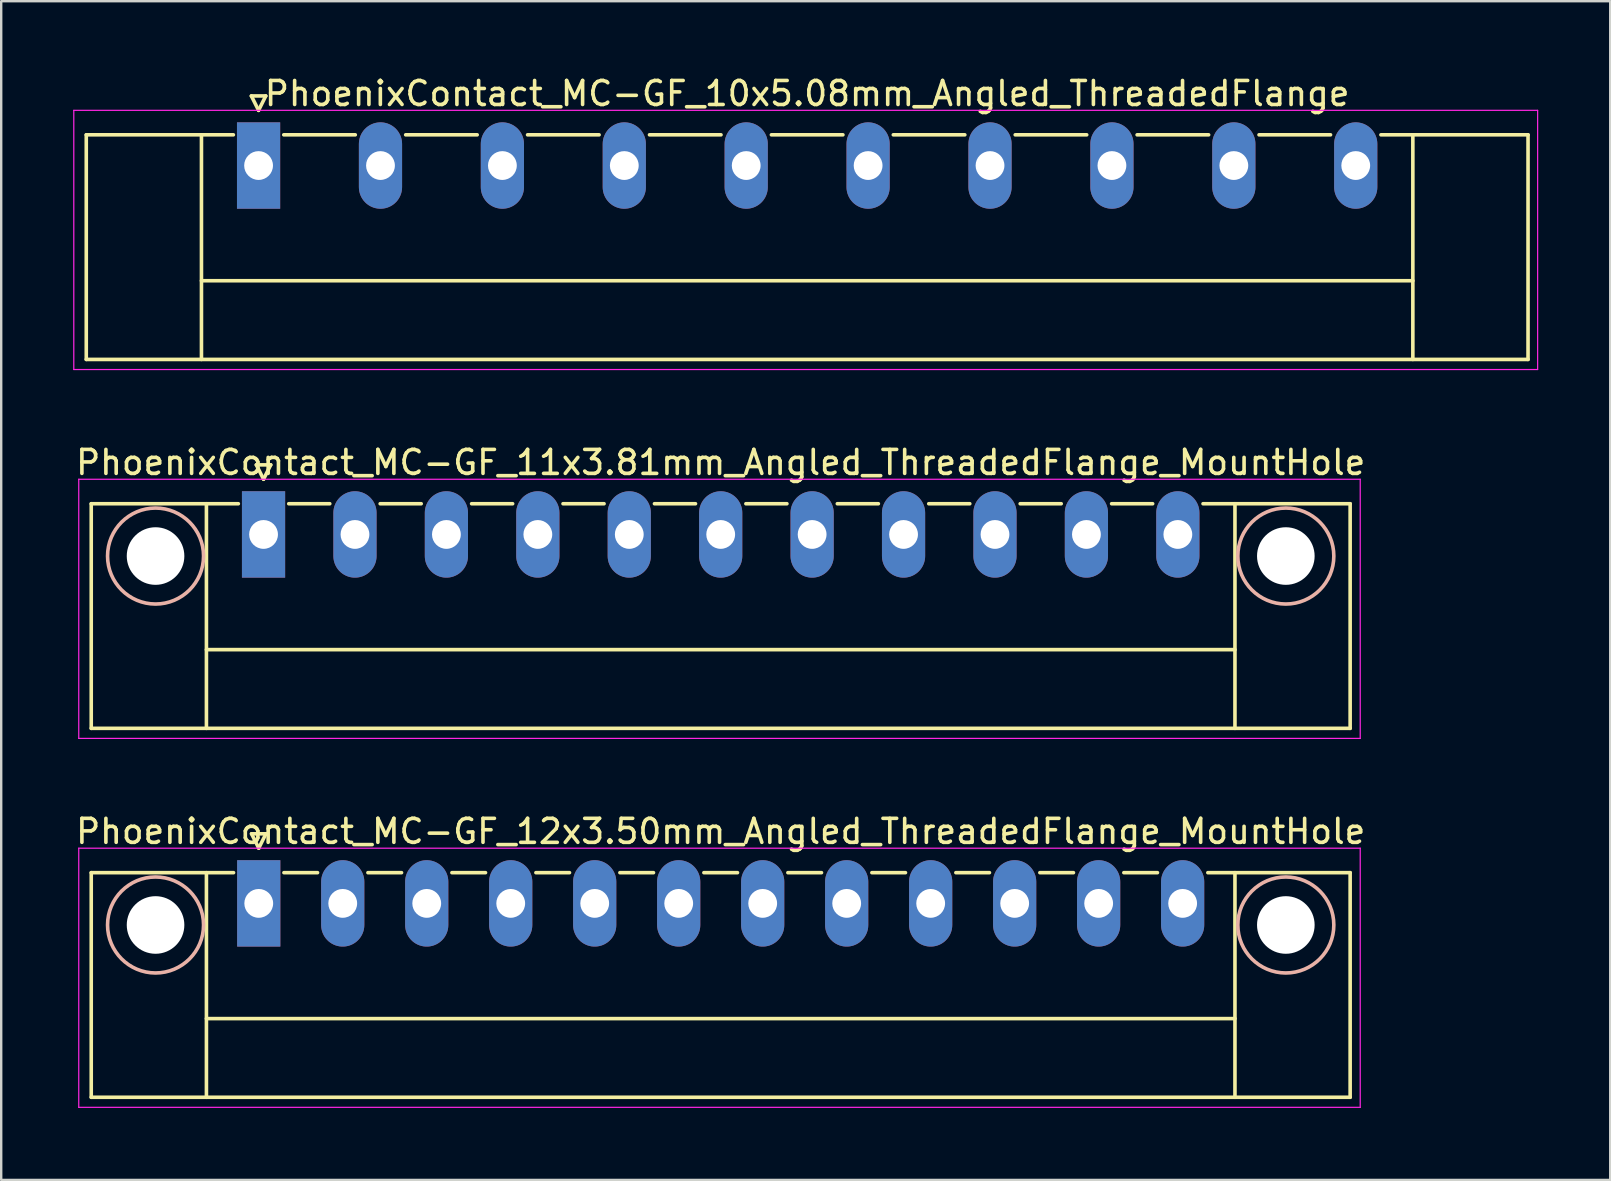
<source format=kicad_pcb>
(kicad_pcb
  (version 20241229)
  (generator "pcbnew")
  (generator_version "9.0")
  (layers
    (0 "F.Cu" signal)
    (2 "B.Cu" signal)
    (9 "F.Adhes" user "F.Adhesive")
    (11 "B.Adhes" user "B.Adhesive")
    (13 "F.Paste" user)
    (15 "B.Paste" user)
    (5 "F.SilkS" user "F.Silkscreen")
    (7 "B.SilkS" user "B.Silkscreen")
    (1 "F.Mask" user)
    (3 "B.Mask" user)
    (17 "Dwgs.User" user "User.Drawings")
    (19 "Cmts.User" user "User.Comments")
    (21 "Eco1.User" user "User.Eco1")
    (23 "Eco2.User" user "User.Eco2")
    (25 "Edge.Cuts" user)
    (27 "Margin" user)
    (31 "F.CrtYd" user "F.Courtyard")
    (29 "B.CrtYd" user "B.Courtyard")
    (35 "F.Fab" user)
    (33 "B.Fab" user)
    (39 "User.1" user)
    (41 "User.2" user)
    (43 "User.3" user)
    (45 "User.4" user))
  (footprint "PhoenixContact_MC-GF_11x3.81mm_Angled_ThreadedFlange_MountHole"
    (layer "F.Cu")
    (at 7.932 19.221)
    (property "Reference" "PhoenixContact_MC-GF_11x3.81mm_Angled_ThreadedFlange_MountHole" (at 19.05 -3 0) (layer "F.SilkS") (effects (font (size 1 1) (thickness 0.15))))
    (attr through_hole)
    (fp_line (start -7.18 -1.28) (end -7.18 8.08) (stroke (width 0.15) (type solid)) (layer "F.SilkS"))
    (fp_line (start -7.18 -1.28) (end -1.05 -1.28) (stroke (width 0.15) (type solid)) (layer "F.SilkS"))
    (fp_line (start -7.18 8.08) (end 45.28 8.08) (stroke (width 0.15) (type solid)) (layer "F.SilkS"))
    (fp_line (start -2.38 -1.28) (end -2.38 8.08) (stroke (width 0.15) (type solid)) (layer "F.SilkS"))
    (fp_line (start -2.38 4.8) (end 40.48 4.8) (stroke (width 0.15) (type solid)) (layer "F.SilkS"))
    (fp_line (start -0.3 -2.9) (end 0 -2.3) (stroke (width 0.15) (type solid)) (layer "F.SilkS"))
    (fp_line (start 0 -2.3) (end 0.3 -2.9) (stroke (width 0.15) (type solid)) (layer "F.SilkS"))
    (fp_line (start 0.3 -2.9) (end -0.3 -2.9) (stroke (width 0.15) (type solid)) (layer "F.SilkS"))
    (fp_line (start 1.05 -1.28) (end 2.76 -1.28) (stroke (width 0.15) (type solid)) (layer "F.SilkS"))
    (fp_line (start 4.86 -1.28) (end 6.57 -1.28) (stroke (width 0.15) (type solid)) (layer "F.SilkS"))
    (fp_line (start 8.67 -1.28) (end 10.38 -1.28) (stroke (width 0.15) (type solid)) (layer "F.SilkS"))
    (fp_line (start 12.48 -1.28) (end 14.19 -1.28) (stroke (width 0.15) (type solid)) (layer "F.SilkS"))
    (fp_line (start 16.29 -1.28) (end 18 -1.28) (stroke (width 0.15) (type solid)) (layer "F.SilkS"))
    (fp_line (start 20.1 -1.28) (end 21.81 -1.28) (stroke (width 0.15) (type solid)) (layer "F.SilkS"))
    (fp_line (start 23.91 -1.28) (end 25.62 -1.28) (stroke (width 0.15) (type solid)) (layer "F.SilkS"))
    (fp_line (start 27.72 -1.28) (end 29.43 -1.28) (stroke (width 0.15) (type solid)) (layer "F.SilkS"))
    (fp_line (start 31.53 -1.28) (end 33.24 -1.28) (stroke (width 0.15) (type solid)) (layer "F.SilkS"))
    (fp_line (start 35.34 -1.28) (end 37.05 -1.28) (stroke (width 0.15) (type solid)) (layer "F.SilkS"))
    (fp_line (start 40.48 -1.28) (end 40.48 8.08) (stroke (width 0.15) (type solid)) (layer "F.SilkS"))
    (fp_line (start 45.28 -1.28) (end 39.15 -1.28) (stroke (width 0.15) (type solid)) (layer "F.SilkS"))
    (fp_line (start 45.28 8.08) (end 45.28 -1.28) (stroke (width 0.15) (type solid)) (layer "F.SilkS"))
    (fp_circle (center -4.5 0.9) (end -2.5 0.9) (stroke (width 0.15) (type solid)) (fill no) (layer "B.SilkS"))
    (fp_circle (center 42.6 0.9) (end 44.6 0.9) (stroke (width 0.15) (type solid)) (fill no) (layer "B.SilkS"))
    (fp_line (start -7.7 -2.3) (end -7.7 8.5) (stroke (width 0.05) (type solid)) (layer "F.CrtYd"))
    (fp_line (start -7.7 8.5) (end 45.7 8.5) (stroke (width 0.05) (type solid)) (layer "F.CrtYd"))
    (fp_line (start 45.7 -2.3) (end -7.7 -2.3) (stroke (width 0.05) (type solid)) (layer "F.CrtYd"))
    (fp_line (start 45.7 8.5) (end 45.7 -2.3) (stroke (width 0.05) (type solid)) (layer "F.CrtYd"))
    (pad "" np_thru_hole circle (at -4.5 0.9) (size 2.4 2.4) (drill 2.4) (layers "*.Cu" "*.Mask"))
    (pad "" np_thru_hole circle (at 42.6 0.9) (size 2.4 2.4) (drill 2.4) (layers "*.Cu" "*.Mask"))
    (pad "1" thru_hole rect (at 0 0) (size 1.8 3.6) (drill 1.2) (layers "*.Cu" "*.Mask"))
    (pad "2" thru_hole oval (at 3.81 0) (size 1.8 3.6) (drill 1.2) (layers "*.Cu" "*.Mask"))
    (pad "3" thru_hole oval (at 7.62 0) (size 1.8 3.6) (drill 1.2) (layers "*.Cu" "*.Mask"))
    (pad "4" thru_hole oval (at 11.43 0) (size 1.8 3.6) (drill 1.2) (layers "*.Cu" "*.Mask"))
    (pad "5" thru_hole oval (at 15.24 0) (size 1.8 3.6) (drill 1.2) (layers "*.Cu" "*.Mask"))
    (pad "6" thru_hole oval (at 19.05 0) (size 1.8 3.6) (drill 1.2) (layers "*.Cu" "*.Mask"))
    (pad "7" thru_hole oval (at 22.86 0) (size 1.8 3.6) (drill 1.2) (layers "*.Cu" "*.Mask"))
    (pad "8" thru_hole oval (at 26.67 0) (size 1.8 3.6) (drill 1.2) (layers "*.Cu" "*.Mask"))
    (pad "9" thru_hole oval (at 30.48 0) (size 1.8 3.6) (drill 1.2) (layers "*.Cu" "*.Mask"))
    (pad "10" thru_hole oval (at 34.29 0) (size 1.8 3.6) (drill 1.2) (layers "*.Cu" "*.Mask"))
    (pad "11" thru_hole oval (at 38.1 0) (size 1.8 3.6) (drill 1.2) (layers "*.Cu" "*.Mask")))
  (footprint "PhoenixContact_MC-GF_10x5.08mm_Angled_ThreadedFlange"
    (layer "F.Cu")
    (at 7.725 3.848)
    (property "Reference" "PhoenixContact_MC-GF_10x5.08mm_Angled_ThreadedFlange" (at 22.86 -3 0) (layer "F.SilkS") (effects (font (size 1 1) (thickness 0.15))))
    (attr through_hole)
    (fp_line (start -7.18 -1.28) (end -7.18 8.08) (stroke (width 0.15) (type solid)) (layer "F.SilkS"))
    (fp_line (start -7.18 -1.28) (end -1.05 -1.28) (stroke (width 0.15) (type solid)) (layer "F.SilkS"))
    (fp_line (start -7.18 8.08) (end 52.9 8.08) (stroke (width 0.15) (type solid)) (layer "F.SilkS"))
    (fp_line (start -2.38 -1.28) (end -2.38 8.08) (stroke (width 0.15) (type solid)) (layer "F.SilkS"))
    (fp_line (start -2.38 4.8) (end 48.1 4.8) (stroke (width 0.15) (type solid)) (layer "F.SilkS"))
    (fp_line (start -0.3 -2.9) (end 0 -2.3) (stroke (width 0.15) (type solid)) (layer "F.SilkS"))
    (fp_line (start 0 -2.3) (end 0.3 -2.9) (stroke (width 0.15) (type solid)) (layer "F.SilkS"))
    (fp_line (start 0.3 -2.9) (end -0.3 -2.9) (stroke (width 0.15) (type solid)) (layer "F.SilkS"))
    (fp_line (start 1.05 -1.28) (end 4.03 -1.28) (stroke (width 0.15) (type solid)) (layer "F.SilkS"))
    (fp_line (start 6.13 -1.28) (end 9.11 -1.28) (stroke (width 0.15) (type solid)) (layer "F.SilkS"))
    (fp_line (start 11.21 -1.28) (end 14.19 -1.28) (stroke (width 0.15) (type solid)) (layer "F.SilkS"))
    (fp_line (start 16.29 -1.28) (end 19.27 -1.28) (stroke (width 0.15) (type solid)) (layer "F.SilkS"))
    (fp_line (start 21.37 -1.28) (end 24.35 -1.28) (stroke (width 0.15) (type solid)) (layer "F.SilkS"))
    (fp_line (start 26.45 -1.28) (end 29.43 -1.28) (stroke (width 0.15) (type solid)) (layer "F.SilkS"))
    (fp_line (start 31.53 -1.28) (end 34.51 -1.28) (stroke (width 0.15) (type solid)) (layer "F.SilkS"))
    (fp_line (start 36.61 -1.28) (end 39.59 -1.28) (stroke (width 0.15) (type solid)) (layer "F.SilkS"))
    (fp_line (start 41.69 -1.28) (end 44.67 -1.28) (stroke (width 0.15) (type solid)) (layer "F.SilkS"))
    (fp_line (start 48.1 -1.28) (end 48.1 8.08) (stroke (width 0.15) (type solid)) (layer "F.SilkS"))
    (fp_line (start 52.9 -1.28) (end 46.77 -1.28) (stroke (width 0.15) (type solid)) (layer "F.SilkS"))
    (fp_line (start 52.9 8.08) (end 52.9 -1.28) (stroke (width 0.15) (type solid)) (layer "F.SilkS"))
    (fp_line (start -7.7 -2.3) (end -7.7 8.5) (stroke (width 0.05) (type solid)) (layer "F.CrtYd"))
    (fp_line (start -7.7 8.5) (end 53.3 8.5) (stroke (width 0.05) (type solid)) (layer "F.CrtYd"))
    (fp_line (start 53.3 -2.3) (end -7.7 -2.3) (stroke (width 0.05) (type solid)) (layer "F.CrtYd"))
    (fp_line (start 53.3 8.5) (end 53.3 -2.3) (stroke (width 0.05) (type solid)) (layer "F.CrtYd"))
    (pad "1" thru_hole rect (at 0 0) (size 1.8 3.6) (drill 1.2) (layers "*.Cu" "*.Mask"))
    (pad "2" thru_hole oval (at 5.08 0) (size 1.8 3.6) (drill 1.2) (layers "*.Cu" "*.Mask"))
    (pad "3" thru_hole oval (at 10.16 0) (size 1.8 3.6) (drill 1.2) (layers "*.Cu" "*.Mask"))
    (pad "4" thru_hole oval (at 15.24 0) (size 1.8 3.6) (drill 1.2) (layers "*.Cu" "*.Mask"))
    (pad "5" thru_hole oval (at 20.32 0) (size 1.8 3.6) (drill 1.2) (layers "*.Cu" "*.Mask"))
    (pad "6" thru_hole oval (at 25.4 0) (size 1.8 3.6) (drill 1.2) (layers "*.Cu" "*.Mask"))
    (pad "7" thru_hole oval (at 30.48 0) (size 1.8 3.6) (drill 1.2) (layers "*.Cu" "*.Mask"))
    (pad "8" thru_hole oval (at 35.56 0) (size 1.8 3.6) (drill 1.2) (layers "*.Cu" "*.Mask"))
    (pad "9" thru_hole oval (at 40.64 0) (size 1.8 3.6) (drill 1.2) (layers "*.Cu" "*.Mask"))
    (pad "10" thru_hole oval (at 45.72 0) (size 1.8 3.6) (drill 1.2) (layers "*.Cu" "*.Mask")))
  (footprint "PhoenixContact_MC-GF_12x3.50mm_Angled_ThreadedFlange_MountHole"
    (layer "F.Cu")
    (at 7.732 34.595)
    (property "Reference" "PhoenixContact_MC-GF_12x3.50mm_Angled_ThreadedFlange_MountHole" (at 19.25 -3 0) (layer "F.SilkS") (effects (font (size 1 1) (thickness 0.15))))
    (attr through_hole)
    (fp_line (start -6.98 -1.28) (end -6.98 8.08) (stroke (width 0.15) (type solid)) (layer "F.SilkS"))
    (fp_line (start -6.98 -1.28) (end -1.05 -1.28) (stroke (width 0.15) (type solid)) (layer "F.SilkS"))
    (fp_line (start -6.98 8.08) (end 45.48 8.08) (stroke (width 0.15) (type solid)) (layer "F.SilkS"))
    (fp_line (start -2.18 -1.28) (end -2.18 8.08) (stroke (width 0.15) (type solid)) (layer "F.SilkS"))
    (fp_line (start -2.18 4.8) (end 40.68 4.8) (stroke (width 0.15) (type solid)) (layer "F.SilkS"))
    (fp_line (start -0.3 -2.9) (end 0 -2.3) (stroke (width 0.15) (type solid)) (layer "F.SilkS"))
    (fp_line (start 0 -2.3) (end 0.3 -2.9) (stroke (width 0.15) (type solid)) (layer "F.SilkS"))
    (fp_line (start 0.3 -2.9) (end -0.3 -2.9) (stroke (width 0.15) (type solid)) (layer "F.SilkS"))
    (fp_line (start 1.05 -1.28) (end 2.45 -1.28) (stroke (width 0.15) (type solid)) (layer "F.SilkS"))
    (fp_line (start 4.55 -1.28) (end 5.95 -1.28) (stroke (width 0.15) (type solid)) (layer "F.SilkS"))
    (fp_line (start 8.05 -1.28) (end 9.45 -1.28) (stroke (width 0.15) (type solid)) (layer "F.SilkS"))
    (fp_line (start 11.55 -1.28) (end 12.95 -1.28) (stroke (width 0.15) (type solid)) (layer "F.SilkS"))
    (fp_line (start 15.05 -1.28) (end 16.45 -1.28) (stroke (width 0.15) (type solid)) (layer "F.SilkS"))
    (fp_line (start 18.55 -1.28) (end 19.95 -1.28) (stroke (width 0.15) (type solid)) (layer "F.SilkS"))
    (fp_line (start 22.05 -1.28) (end 23.45 -1.28) (stroke (width 0.15) (type solid)) (layer "F.SilkS"))
    (fp_line (start 25.55 -1.28) (end 26.95 -1.28) (stroke (width 0.15) (type solid)) (layer "F.SilkS"))
    (fp_line (start 29.05 -1.28) (end 30.45 -1.28) (stroke (width 0.15) (type solid)) (layer "F.SilkS"))
    (fp_line (start 32.55 -1.28) (end 33.95 -1.28) (stroke (width 0.15) (type solid)) (layer "F.SilkS"))
    (fp_line (start 36.05 -1.28) (end 37.45 -1.28) (stroke (width 0.15) (type solid)) (layer "F.SilkS"))
    (fp_line (start 40.68 -1.28) (end 40.68 8.08) (stroke (width 0.15) (type solid)) (layer "F.SilkS"))
    (fp_line (start 45.48 -1.28) (end 39.55 -1.28) (stroke (width 0.15) (type solid)) (layer "F.SilkS"))
    (fp_line (start 45.48 8.08) (end 45.48 -1.28) (stroke (width 0.15) (type solid)) (layer "F.SilkS"))
    (fp_circle (center -4.3 0.9) (end -2.3 0.9) (stroke (width 0.15) (type solid)) (fill no) (layer "B.SilkS"))
    (fp_circle (center 42.8 0.9) (end 44.8 0.9) (stroke (width 0.15) (type solid)) (fill no) (layer "B.SilkS"))
    (fp_line (start -7.5 -2.3) (end -7.5 8.5) (stroke (width 0.05) (type solid)) (layer "F.CrtYd"))
    (fp_line (start -7.5 8.5) (end 45.9 8.5) (stroke (width 0.05) (type solid)) (layer "F.CrtYd"))
    (fp_line (start 45.9 -2.3) (end -7.5 -2.3) (stroke (width 0.05) (type solid)) (layer "F.CrtYd"))
    (fp_line (start 45.9 8.5) (end 45.9 -2.3) (stroke (width 0.05) (type solid)) (layer "F.CrtYd"))
    (pad "" np_thru_hole circle (at -4.3 0.9) (size 2.4 2.4) (drill 2.4) (layers "*.Cu" "*.Mask"))
    (pad "" np_thru_hole circle (at 42.8 0.9) (size 2.4 2.4) (drill 2.4) (layers "*.Cu" "*.Mask"))
    (pad "1" thru_hole rect (at 0 0) (size 1.8 3.6) (drill 1.2) (layers "*.Cu" "*.Mask"))
    (pad "2" thru_hole oval (at 3.5 0) (size 1.8 3.6) (drill 1.2) (layers "*.Cu" "*.Mask"))
    (pad "3" thru_hole oval (at 7 0) (size 1.8 3.6) (drill 1.2) (layers "*.Cu" "*.Mask"))
    (pad "4" thru_hole oval (at 10.5 0) (size 1.8 3.6) (drill 1.2) (layers "*.Cu" "*.Mask"))
    (pad "5" thru_hole oval (at 14 0) (size 1.8 3.6) (drill 1.2) (layers "*.Cu" "*.Mask"))
    (pad "6" thru_hole oval (at 17.5 0) (size 1.8 3.6) (drill 1.2) (layers "*.Cu" "*.Mask"))
    (pad "7" thru_hole oval (at 21 0) (size 1.8 3.6) (drill 1.2) (layers "*.Cu" "*.Mask"))
    (pad "8" thru_hole oval (at 24.5 0) (size 1.8 3.6) (drill 1.2) (layers "*.Cu" "*.Mask"))
    (pad "9" thru_hole oval (at 28 0) (size 1.8 3.6) (drill 1.2) (layers "*.Cu" "*.Mask"))
    (pad "10" thru_hole oval (at 31.5 0) (size 1.8 3.6) (drill 1.2) (layers "*.Cu" "*.Mask"))
    (pad "11" thru_hole oval (at 35 0) (size 1.8 3.6) (drill 1.2) (layers "*.Cu" "*.Mask"))
    (pad "12" thru_hole oval (at 38.5 0) (size 1.8 3.6) (drill 1.2) (layers "*.Cu" "*.Mask")))
  (gr_rect
    (start -3 -3)
    (end 64.05 46.12)
    (stroke (width 0.1) (type default))
    (fill no)
    (layer "Edge.Cuts")))
</source>
